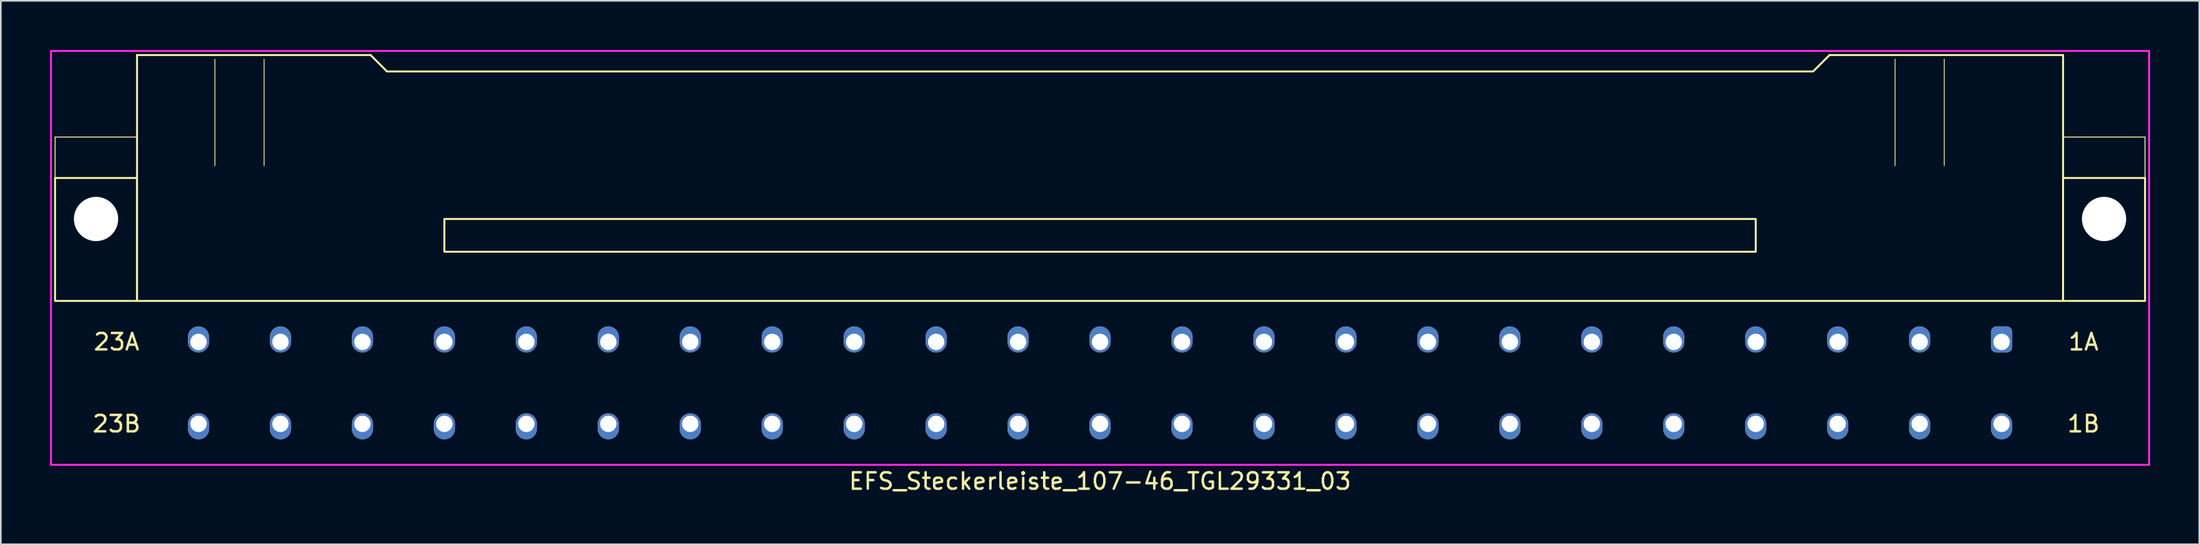
<source format=kicad_pcb>
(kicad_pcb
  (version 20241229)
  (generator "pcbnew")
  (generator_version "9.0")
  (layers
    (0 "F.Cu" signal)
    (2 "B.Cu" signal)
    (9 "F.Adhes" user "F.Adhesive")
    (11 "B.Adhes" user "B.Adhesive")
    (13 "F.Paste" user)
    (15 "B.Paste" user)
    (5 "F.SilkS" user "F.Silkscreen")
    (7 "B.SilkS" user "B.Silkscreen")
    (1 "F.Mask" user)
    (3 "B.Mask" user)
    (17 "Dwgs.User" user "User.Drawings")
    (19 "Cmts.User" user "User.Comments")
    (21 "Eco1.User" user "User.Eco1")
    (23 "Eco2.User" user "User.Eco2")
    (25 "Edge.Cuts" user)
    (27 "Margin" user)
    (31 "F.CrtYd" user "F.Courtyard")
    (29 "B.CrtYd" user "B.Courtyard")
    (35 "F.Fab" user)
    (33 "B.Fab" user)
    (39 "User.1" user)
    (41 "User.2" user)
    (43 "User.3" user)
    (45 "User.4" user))
  (footprint "EFS_Steckerleiste_107-46_TGL29331_03"
    (layer "F.Cu")
    (at 64.06 5.31)
    (property "Reference" "EFS_Steckerleiste_107-46_TGL29331_03" (at 0 21 180) (layer "F.SilkS") (effects (font (size 1 1) (thickness 0.15))))
    (attr through_hole)
    (fp_line (start -63.75 0) (end -63.75 2.5) (stroke (width 0.06) (type solid)) (layer "F.SilkS"))
    (fp_line (start -58.75 -5) (end -58.75 10) (stroke (width 0.12) (type solid)) (layer "F.SilkS"))
    (fp_line (start -58.75 -5) (end -44.5 -5) (stroke (width 0.12) (type solid)) (layer "F.SilkS"))
    (fp_line (start -58.75 0) (end -63.75 0) (stroke (width 0.06) (type solid)) (layer "F.SilkS"))
    (fp_line (start -58.75 10) (end 58.75 10) (stroke (width 0.12) (type solid)) (layer "F.SilkS"))
    (fp_line (start -54 -4.75) (end -54 1.75) (stroke (width 0.05) (type solid)) (layer "F.SilkS"))
    (fp_line (start -51 -4.75) (end -51 1.75) (stroke (width 0.05) (type solid)) (layer "F.SilkS"))
    (fp_line (start -44.5 -5) (end -43.5 -4) (stroke (width 0.12) (type solid)) (layer "F.SilkS"))
    (fp_line (start -43.5 -4) (end 43.5 -4) (stroke (width 0.12) (type solid)) (layer "F.SilkS"))
    (fp_line (start 44.5 -5) (end 43.5 -4) (stroke (width 0.12) (type solid)) (layer "F.SilkS"))
    (fp_line (start 48.5 -4.75) (end 48.5 1.75) (stroke (width 0.05) (type solid)) (layer "F.SilkS"))
    (fp_line (start 51.5 -4.75) (end 51.5 1.75) (stroke (width 0.05) (type solid)) (layer "F.SilkS"))
    (fp_line (start 58.75 -5) (end 44.5 -5) (stroke (width 0.12) (type solid)) (layer "F.SilkS"))
    (fp_line (start 58.75 10) (end 58.75 -5) (stroke (width 0.12) (type solid)) (layer "F.SilkS"))
    (fp_line (start 63.75 0) (end 58.75 0) (stroke (width 0.06) (type solid)) (layer "F.SilkS"))
    (fp_line (start 63.75 0) (end 63.75 2.5) (stroke (width 0.06) (type solid)) (layer "F.SilkS"))
    (fp_rect (start -58.75 10) (end -63.75 2.5) (stroke (width 0.12) (type solid)) (fill no) (layer "F.SilkS"))
    (fp_rect (start -40 7) (end 40 5) (stroke (width 0.12) (type solid)) (fill no) (layer "F.SilkS"))
    (fp_rect (start 63.75 10) (end 58.75 2.5) (stroke (width 0.12) (type solid)) (fill no) (layer "F.SilkS"))
    (fp_rect (start -64 -5.25) (end 64 20) (stroke (width 0.12) (type solid)) (fill no) (layer "F.CrtYd"))
    (fp_text user "1B" (at 60 17.5 0) (layer "F.SilkS") (effects (font (size 1 1) (thickness 0.15))))
    (fp_text user "23A" (at -60 12.5 0) (layer "F.SilkS") (effects (font (size 1 1) (thickness 0.15))))
    (fp_text user "1A" (at 60 12.5 0) (layer "F.SilkS") (effects (font (size 1 1) (thickness 0.15))))
    (fp_text user "23B" (at -60 17.5 0) (layer "F.SilkS") (effects (font (size 1 1) (thickness 0.15))))
    (pad "" np_thru_hole circle (at -61.25 5) (size 2.7 2.7) (drill 2.7) (layers "*.Cu" "*.Mask"))
    (pad "" np_thru_hole circle (at 61.25 5) (size 2.7 2.7) (drill 2.7) (layers "*.Cu" "*.Mask"))
    (pad "1a" thru_hole roundrect (at 55 12.5) (size 1.3 1.6) (drill 1 (offset 0 -0.15)) (layers "*.Cu" "*.Mask") (roundrect_rratio 0.25))
    (pad "1b" thru_hole oval (at 55 17.5) (size 1.3 1.6) (drill 1 (offset 0 0.15)) (layers "*.Cu" "*.Mask"))
    (pad "2a" thru_hole oval (at 50 12.5) (size 1.3 1.6) (drill 1 (offset 0 -0.15)) (layers "*.Cu" "*.Mask"))
    (pad "2b" thru_hole oval (at 50 17.5) (size 1.3 1.6) (drill 1 (offset 0 0.15)) (layers "*.Cu" "*.Mask"))
    (pad "3a" thru_hole oval (at 45 12.5) (size 1.3 1.6) (drill 1 (offset 0 -0.15)) (layers "*.Cu" "*.Mask"))
    (pad "3b" thru_hole oval (at 45 17.5) (size 1.3 1.6) (drill 1 (offset 0 0.15)) (layers "*.Cu" "*.Mask"))
    (pad "4a" thru_hole oval (at 40 12.5) (size 1.3 1.6) (drill 1 (offset 0 -0.15)) (layers "*.Cu" "*.Mask"))
    (pad "4b" thru_hole oval (at 40 17.5) (size 1.3 1.6) (drill 1 (offset 0 0.15)) (layers "*.Cu" "*.Mask"))
    (pad "5a" thru_hole oval (at 35 12.5) (size 1.3 1.6) (drill 1 (offset 0 -0.15)) (layers "*.Cu" "*.Mask"))
    (pad "5b" thru_hole oval (at 35 17.5) (size 1.3 1.6) (drill 1 (offset 0 0.15)) (layers "*.Cu" "*.Mask"))
    (pad "6a" thru_hole oval (at 30 12.5) (size 1.3 1.6) (drill 1 (offset 0 -0.15)) (layers "*.Cu" "*.Mask"))
    (pad "6b" thru_hole oval (at 30 17.5) (size 1.3 1.6) (drill 1 (offset 0 0.15)) (layers "*.Cu" "*.Mask"))
    (pad "7a" thru_hole oval (at 25 12.5) (size 1.3 1.6) (drill 1 (offset 0 -0.15)) (layers "*.Cu" "*.Mask"))
    (pad "7b" thru_hole oval (at 25 17.5) (size 1.3 1.6) (drill 1 (offset 0 0.15)) (layers "*.Cu" "*.Mask"))
    (pad "8a" thru_hole oval (at 20 12.5) (size 1.3 1.6) (drill 1 (offset 0 -0.15)) (layers "*.Cu" "*.Mask"))
    (pad "8b" thru_hole oval (at 20 17.5) (size 1.3 1.6) (drill 1 (offset 0 0.15)) (layers "*.Cu" "*.Mask"))
    (pad "9a" thru_hole oval (at 15 12.5) (size 1.3 1.6) (drill 1 (offset 0 -0.15)) (layers "*.Cu" "*.Mask"))
    (pad "9b" thru_hole oval (at 15 17.5) (size 1.3 1.6) (drill 1 (offset 0 0.15)) (layers "*.Cu" "*.Mask"))
    (pad "10a" thru_hole oval (at 10 12.5) (size 1.3 1.6) (drill 1 (offset 0 -0.15)) (layers "*.Cu" "*.Mask"))
    (pad "10b" thru_hole oval (at 10 17.5) (size 1.3 1.6) (drill 1 (offset 0 0.15)) (layers "*.Cu" "*.Mask"))
    (pad "11a" thru_hole oval (at 5 12.5) (size 1.3 1.6) (drill 1 (offset 0 -0.15)) (layers "*.Cu" "*.Mask"))
    (pad "11b" thru_hole oval (at 5 17.5) (size 1.3 1.6) (drill 1 (offset 0 0.15)) (layers "*.Cu" "*.Mask"))
    (pad "12a" thru_hole oval (at 0 12.5) (size 1.3 1.6) (drill 1 (offset 0 -0.15)) (layers "*.Cu" "*.Mask"))
    (pad "12b" thru_hole oval (at 0 17.5) (size 1.3 1.6) (drill 1 (offset 0 0.15)) (layers "*.Cu" "*.Mask"))
    (pad "13a" thru_hole oval (at -5 12.5) (size 1.3 1.6) (drill 1 (offset 0 -0.15)) (layers "*.Cu" "*.Mask"))
    (pad "13b" thru_hole oval (at -5 17.5) (size 1.3 1.6) (drill 1 (offset 0 0.15)) (layers "*.Cu" "*.Mask"))
    (pad "14a" thru_hole oval (at -10 12.5) (size 1.3 1.6) (drill 1 (offset 0 -0.15)) (layers "*.Cu" "*.Mask"))
    (pad "14b" thru_hole oval (at -10 17.5) (size 1.3 1.6) (drill 1 (offset 0 0.15)) (layers "*.Cu" "*.Mask"))
    (pad "15a" thru_hole oval (at -15 12.5) (size 1.3 1.6) (drill 1 (offset 0 -0.15)) (layers "*.Cu" "*.Mask"))
    (pad "15b" thru_hole oval (at -15 17.5) (size 1.3 1.6) (drill 1 (offset 0 0.15)) (layers "*.Cu" "*.Mask"))
    (pad "16a" thru_hole oval (at -20 12.5) (size 1.3 1.6) (drill 1 (offset 0 -0.15)) (layers "*.Cu" "*.Mask"))
    (pad "16b" thru_hole oval (at -20 17.5) (size 1.3 1.6) (drill 1 (offset 0 0.15)) (layers "*.Cu" "*.Mask"))
    (pad "17a" thru_hole oval (at -25 12.5) (size 1.3 1.6) (drill 1 (offset 0 -0.15)) (layers "*.Cu" "*.Mask"))
    (pad "17b" thru_hole oval (at -25 17.5) (size 1.3 1.6) (drill 1 (offset 0 0.15)) (layers "*.Cu" "*.Mask"))
    (pad "18a" thru_hole oval (at -30 12.5) (size 1.3 1.6) (drill 1 (offset 0 -0.15)) (layers "*.Cu" "*.Mask"))
    (pad "18b" thru_hole oval (at -30 17.5) (size 1.3 1.6) (drill 1 (offset 0 0.15)) (layers "*.Cu" "*.Mask"))
    (pad "19a" thru_hole oval (at -35 12.5) (size 1.3 1.6) (drill 1 (offset 0 -0.15)) (layers "*.Cu" "*.Mask"))
    (pad "19b" thru_hole oval (at -35 17.5) (size 1.3 1.6) (drill 1 (offset 0 0.15)) (layers "*.Cu" "*.Mask"))
    (pad "20a" thru_hole oval (at -40 12.5) (size 1.3 1.6) (drill 1 (offset 0 -0.15)) (layers "*.Cu" "*.Mask"))
    (pad "20b" thru_hole oval (at -40 17.5) (size 1.3 1.6) (drill 1 (offset 0 0.15)) (layers "*.Cu" "*.Mask"))
    (pad "21a" thru_hole oval (at -45 12.5) (size 1.3 1.6) (drill 1 (offset 0 -0.15)) (layers "*.Cu" "*.Mask"))
    (pad "21b" thru_hole oval (at -45 17.5) (size 1.3 1.6) (drill 1 (offset 0 0.15)) (layers "*.Cu" "*.Mask"))
    (pad "22a" thru_hole oval (at -50 12.5) (size 1.3 1.6) (drill 1 (offset 0 -0.15)) (layers "*.Cu" "*.Mask"))
    (pad "22b" thru_hole oval (at -50 17.5) (size 1.3 1.6) (drill 1 (offset 0 0.15)) (layers "*.Cu" "*.Mask"))
    (pad "23a" thru_hole oval (at -55 12.5) (size 1.3 1.6) (drill 1 (offset 0 -0.15)) (layers "*.Cu" "*.Mask"))
    (pad "23b" thru_hole oval (at -55 17.5) (size 1.3 1.6) (drill 1 (offset 0 0.15)) (layers "*.Cu" "*.Mask")))
  (gr_rect
    (start -3 -3)
    (end 131.12 30.158)
    (stroke (width 0.1) (type default))
    (fill no)
    (layer "Edge.Cuts")))
</source>
